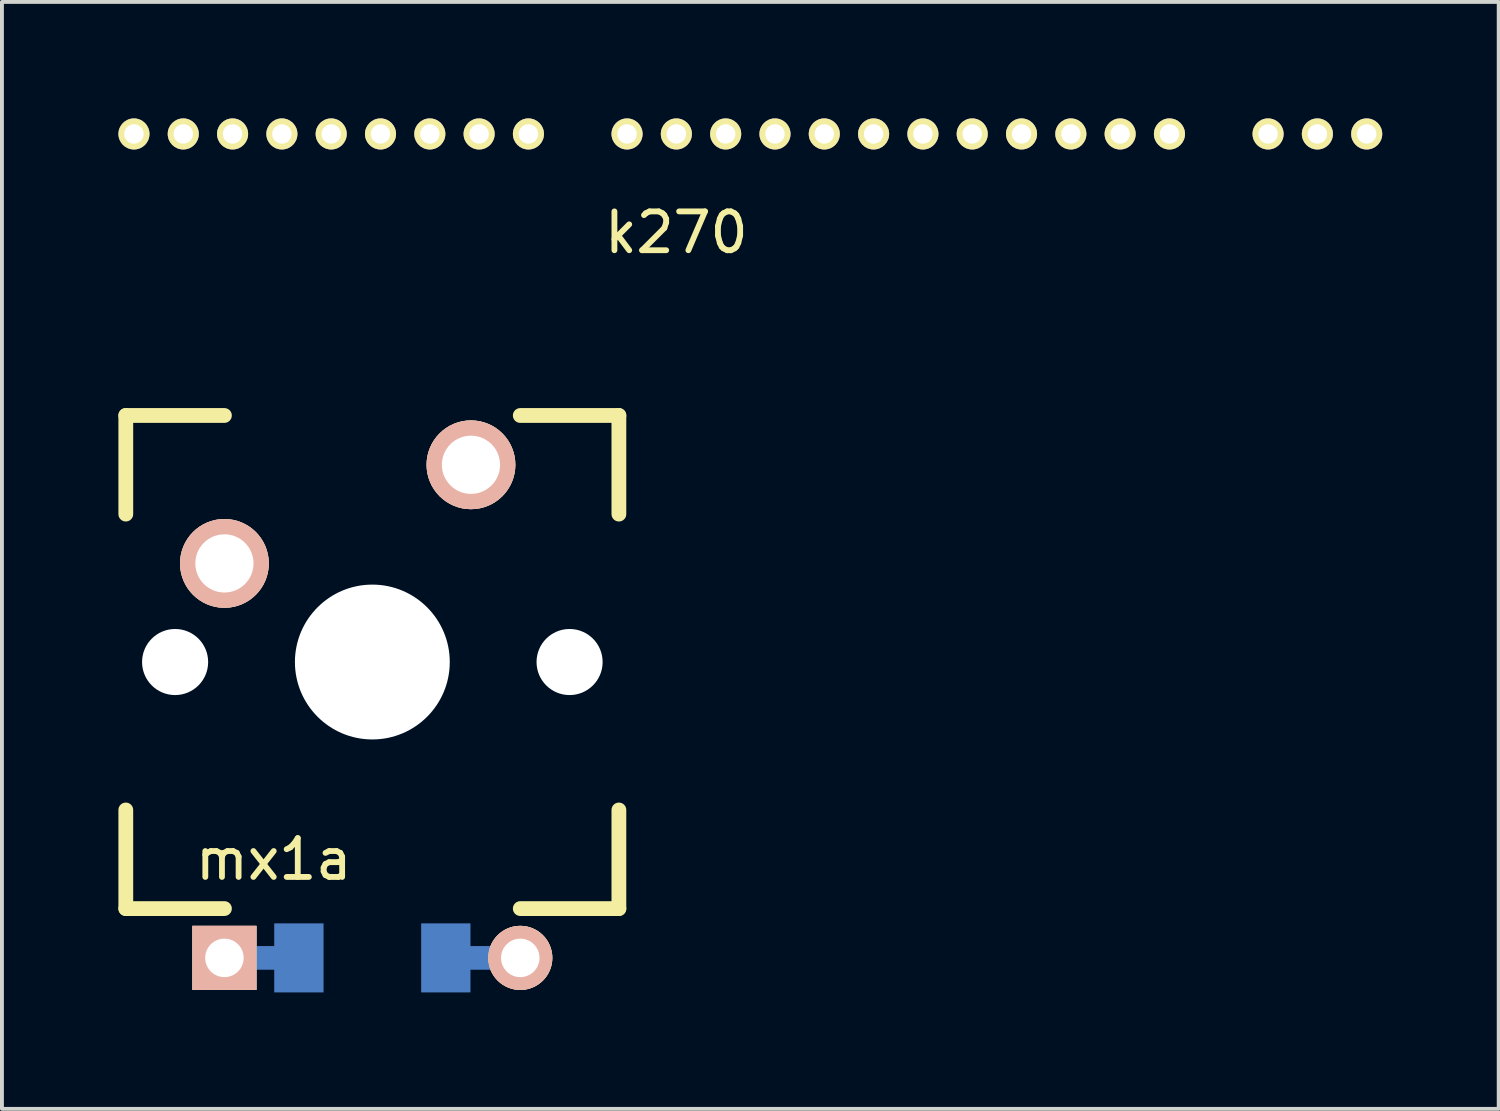
<source format=kicad_pcb>
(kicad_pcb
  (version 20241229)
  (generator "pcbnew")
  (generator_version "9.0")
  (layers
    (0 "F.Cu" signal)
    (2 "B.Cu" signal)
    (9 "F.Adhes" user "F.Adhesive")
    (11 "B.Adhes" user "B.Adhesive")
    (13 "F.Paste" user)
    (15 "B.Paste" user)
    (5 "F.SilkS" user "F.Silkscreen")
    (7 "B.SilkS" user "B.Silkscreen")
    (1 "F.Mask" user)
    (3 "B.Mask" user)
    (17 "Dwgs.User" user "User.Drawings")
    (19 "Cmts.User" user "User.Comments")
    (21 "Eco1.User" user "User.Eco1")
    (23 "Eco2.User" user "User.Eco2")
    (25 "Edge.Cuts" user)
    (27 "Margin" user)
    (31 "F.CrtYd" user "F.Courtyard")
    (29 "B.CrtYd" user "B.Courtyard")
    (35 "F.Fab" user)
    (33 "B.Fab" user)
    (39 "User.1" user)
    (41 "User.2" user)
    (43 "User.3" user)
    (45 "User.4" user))
  (footprint "k270"
    (layer "F.Cu")
    (at 16.91 4.21)
    (property "Reference" "k270" (at -2.54 -1.27 0) (layer "F.SilkS") (effects (font (size 1 1) (thickness 0.15))))
    (attr through_hole)
    (pad "1" thru_hole circle (at -16.51 -3.81) (size 0.8 0.8) (drill 0.5) (layers "*.Cu" "*.Mask" "F.SilkS"))
    (pad "2" thru_hole circle (at -15.24 -3.81) (size 0.8 0.8) (drill 0.5) (layers "*.Cu" "*.Mask" "F.SilkS"))
    (pad "3" thru_hole circle (at -13.97 -3.81) (size 0.8 0.8) (drill 0.5) (layers "*.Cu" "*.Mask" "F.SilkS"))
    (pad "4" thru_hole circle (at -12.7 -3.81) (size 0.8 0.8) (drill 0.5) (layers "*.Cu" "*.Mask" "F.SilkS"))
    (pad "5" thru_hole circle (at -11.43 -3.81) (size 0.8 0.8) (drill 0.5) (layers "*.Cu" "*.Mask" "F.SilkS"))
    (pad "6" thru_hole circle (at -10.16 -3.81) (size 0.8 0.8) (drill 0.5) (layers "*.Cu" "*.Mask" "F.SilkS"))
    (pad "7" thru_hole circle (at -8.89 -3.81) (size 0.8 0.8) (drill 0.5) (layers "*.Cu" "*.Mask" "F.SilkS"))
    (pad "8" thru_hole circle (at -7.62 -3.81) (size 0.8 0.8) (drill 0.5) (layers "*.Cu" "*.Mask" "F.SilkS"))
    (pad "9" thru_hole circle (at -6.35 -3.81) (size 0.8 0.8) (drill 0.5) (layers "*.Cu" "*.Mask" "F.SilkS"))
    (pad "10" thru_hole circle (at -3.81 -3.81) (size 0.8 0.8) (drill 0.5) (layers "*.Cu" "*.Mask" "F.SilkS"))
    (pad "11" thru_hole circle (at -2.54 -3.81) (size 0.8 0.8) (drill 0.5) (layers "*.Cu" "*.Mask" "F.SilkS"))
    (pad "12" thru_hole circle (at -1.27 -3.81) (size 0.8 0.8) (drill 0.5) (layers "*.Cu" "*.Mask" "F.SilkS"))
    (pad "13" thru_hole circle (at 0 -3.81) (size 0.8 0.8) (drill 0.5) (layers "*.Cu" "*.Mask" "F.SilkS"))
    (pad "14" thru_hole circle (at 1.27 -3.81) (size 0.8 0.8) (drill 0.5) (layers "*.Cu" "*.Mask" "F.SilkS"))
    (pad "15" thru_hole circle (at 2.54 -3.81) (size 0.8 0.8) (drill 0.5) (layers "*.Cu" "*.Mask" "F.SilkS"))
    (pad "16" thru_hole circle (at 3.81 -3.81) (size 0.8 0.8) (drill 0.5) (layers "*.Cu" "*.Mask" "F.SilkS"))
    (pad "17" thru_hole circle (at 5.08 -3.81) (size 0.8 0.8) (drill 0.5) (layers "*.Cu" "*.Mask" "F.SilkS"))
    (pad "18" thru_hole circle (at 6.35 -3.81) (size 0.8 0.8) (drill 0.5) (layers "*.Cu" "*.Mask" "F.SilkS"))
    (pad "19" thru_hole circle (at 7.62 -3.81) (size 0.8 0.8) (drill 0.5) (layers "*.Cu" "*.Mask" "F.SilkS"))
    (pad "20" thru_hole circle (at 8.89 -3.81) (size 0.8 0.8) (drill 0.5) (layers "*.Cu" "*.Mask" "F.SilkS"))
    (pad "21" thru_hole circle (at 10.16 -3.81) (size 0.8 0.8) (drill 0.5) (layers "*.Cu" "*.Mask" "F.SilkS"))
    (pad "22" thru_hole circle (at 12.7 -3.81) (size 0.8 0.8) (drill 0.5) (layers "*.Cu" "*.Mask" "F.SilkS"))
    (pad "23" thru_hole circle (at 13.97 -3.81) (size 0.8 0.8) (drill 0.5) (layers "*.Cu" "*.Mask" "F.SilkS"))
    (pad "24" thru_hole circle (at 15.24 -3.81) (size 0.8 0.8) (drill 0.5) (layers "*.Cu" "*.Mask" "F.SilkS")))
  (footprint "mx1a"
    (layer "F.Cu")
    (at 6.54 14.001)
    (property "Reference" "mx1a" (at -2.54 5.08 0) (layer "F.SilkS") (effects (font (size 1 1) (thickness 0.15))))
    (attr through_hole)
    (fp_line (start -3.81 7.62) (end -2.032 7.62) (stroke (width 0.61) (type solid)) (layer "B.Cu"))
    (fp_line (start 2.032 7.62) (end 3.81 7.62) (stroke (width 0.61) (type solid)) (layer "B.Cu"))
    (fp_line (start -6.35 -6.35) (end -3.81 -6.35) (stroke (width 0.381) (type solid)) (layer "F.SilkS"))
    (fp_line (start -6.35 -3.81) (end -6.35 -6.35) (stroke (width 0.381) (type solid)) (layer "F.SilkS"))
    (fp_line (start -6.35 3.81) (end -6.35 6.35) (stroke (width 0.381) (type solid)) (layer "F.SilkS"))
    (fp_line (start -6.35 6.35) (end -3.81 6.35) (stroke (width 0.381) (type solid)) (layer "F.SilkS"))
    (fp_line (start 6.35 -6.35) (end 3.81 -6.35) (stroke (width 0.381) (type solid)) (layer "F.SilkS"))
    (fp_line (start 6.35 -3.81) (end 6.35 -6.35) (stroke (width 0.381) (type solid)) (layer "F.SilkS"))
    (fp_line (start 6.35 3.81) (end 6.35 6.35) (stroke (width 0.381) (type solid)) (layer "F.SilkS"))
    (fp_line (start 6.35 6.35) (end 3.81 6.35) (stroke (width 0.381) (type solid)) (layer "F.SilkS"))
    (pad "" np_thru_hole circle (at -5.08 0) (size 1.702 1.702) (drill 1.702) (layers "*.Cu"))
    (pad "" np_thru_hole circle (at 0 0) (size 3.988 3.988) (drill 3.988) (layers "*.Cu"))
    (pad "" np_thru_hole circle (at 5.08 0) (size 1.702 1.702) (drill 1.702) (layers "*.Cu"))
    (pad "1" thru_hole circle (at 2.54 -5.08) (size 2.286 2.286) (drill 1.499) (layers "*.Cu" "*.SilkS" "*.Mask"))
    (pad "2" thru_hole circle (at 3.81 7.62) (size 1.651 1.651) (drill 0.991) (layers "*.Cu" "*.SilkS" "*.Mask"))
    (pad "3" thru_hole rect (at -3.81 7.62) (size 1.651 1.651) (drill 0.991) (layers "*.Cu" "*.SilkS" "*.Mask"))
    (pad "4" thru_hole circle (at -3.81 -2.54) (size 2.286 2.286) (drill 1.499) (layers "*.Cu" "*.SilkS" "*.Mask"))
    (pad "5" smd rect (at 1.892 7.62) (size 1.27 1.778) (layers "B.Cu" "B.Mask" "B.Paste"))
    (pad "6" smd rect (at -1.892 7.62) (size 1.27 1.778) (layers "B.Cu" "B.Mask" "B.Paste")))
  (gr_rect
    (start -3 -3)
    (end 35.55 25.509)
    (stroke (width 0.1) (type default))
    (fill no)
    (layer "Edge.Cuts")))
</source>
